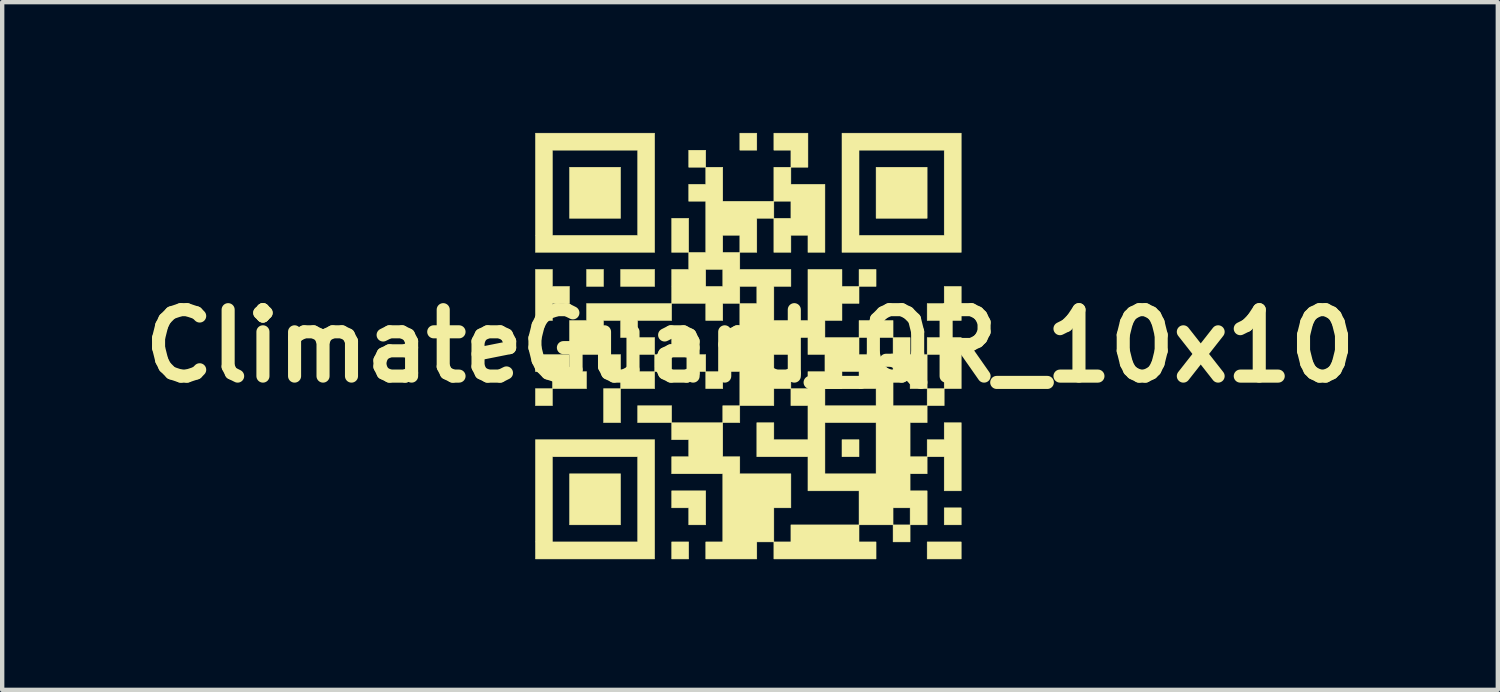
<source format=kicad_pcb>
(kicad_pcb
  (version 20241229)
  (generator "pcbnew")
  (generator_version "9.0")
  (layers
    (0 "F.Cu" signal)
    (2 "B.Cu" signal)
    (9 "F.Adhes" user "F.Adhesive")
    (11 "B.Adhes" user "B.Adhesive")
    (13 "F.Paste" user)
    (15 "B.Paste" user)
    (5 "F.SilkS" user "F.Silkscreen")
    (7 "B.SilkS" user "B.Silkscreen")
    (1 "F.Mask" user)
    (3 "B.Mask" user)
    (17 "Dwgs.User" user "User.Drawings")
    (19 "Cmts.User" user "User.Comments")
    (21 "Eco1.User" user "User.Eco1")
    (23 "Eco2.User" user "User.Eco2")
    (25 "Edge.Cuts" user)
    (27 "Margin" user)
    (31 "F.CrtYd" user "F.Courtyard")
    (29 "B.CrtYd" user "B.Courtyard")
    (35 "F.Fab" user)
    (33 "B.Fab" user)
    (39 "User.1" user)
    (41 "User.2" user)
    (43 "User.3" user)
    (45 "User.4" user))
  (footprint "ClimateGuard_QR_10x10"
    (layer "F.Cu")
    (at 14.159 4.89)
    (property "Reference" "ClimateGuard_QR_10x10" (at 0 0 0) (layer "F.SilkS") (effects (font (size 1.524 1.524) (thickness 0.3))))
    (attr through_hole)
    (fp_poly (pts (xy -4.533 1.368) (xy -4.924 1.368) (xy -4.924 0.977) (xy -4.533 0.977) (xy -4.533 1.368)) (stroke (width 0.01) (type solid)) (fill yes) (layer "F.SilkS"))
    (fp_poly (pts (xy -3.361 -1.368) (xy -3.751 -1.368) (xy -3.751 -1.758) (xy -3.361 -1.758) (xy -3.361 -1.368)) (stroke (width 0.01) (type solid)) (fill yes) (layer "F.SilkS"))
    (fp_poly (pts (xy -3.361 0.586) (xy -3.361 0.195) (xy -2.97 0.195) (xy -2.97 0.586) (xy -3.361 0.586)) (stroke (width 0.01) (type solid)) (fill yes) (layer "F.SilkS"))
    (fp_poly (pts (xy -2.97 -2.931) (xy -4.142 -2.931) (xy -4.142 -4.103) (xy -2.97 -4.103) (xy -2.97 -2.931)) (stroke (width 0.01) (type solid)) (fill yes) (layer "F.SilkS"))
    (fp_poly (pts (xy -2.97 0.586) (xy -2.188 0.586) (xy -2.188 0.977) (xy -2.97 0.977) (xy -2.97 0.586)) (stroke (width 0.01) (type solid)) (fill yes) (layer "F.SilkS"))
    (fp_poly (pts (xy -2.97 1.758) (xy -3.361 1.758) (xy -3.361 0.977) (xy -2.97 0.977) (xy -2.97 1.758)) (stroke (width 0.01) (type solid)) (fill yes) (layer "F.SilkS"))
    (fp_poly (pts (xy -2.97 4.103) (xy -4.142 4.103) (xy -4.142 2.931) (xy -2.97 2.931) (xy -2.97 4.103)) (stroke (width 0.01) (type solid)) (fill yes) (layer "F.SilkS"))
    (fp_poly (pts (xy -2.579 1.758) (xy -2.579 1.368) (xy -1.798 1.368) (xy -1.798 1.758) (xy -2.579 1.758)) (stroke (width 0.01) (type solid)) (fill yes) (layer "F.SilkS"))
    (fp_poly (pts (xy -2.188 -1.368) (xy -2.97 -1.368) (xy -2.97 -1.758) (xy -2.188 -1.758) (xy -2.188 -1.368)) (stroke (width 0.01) (type solid)) (fill yes) (layer "F.SilkS"))
    (fp_poly (pts (xy -2.188 0.195) (xy -2.579 0.195) (xy -2.579 -0.195) (xy -2.188 -0.195) (xy -2.188 0.195)) (stroke (width 0.01) (type solid)) (fill yes) (layer "F.SilkS"))
    (fp_poly (pts (xy -2.188 0.195) (xy -1.798 0.195) (xy -1.798 0.586) (xy -2.188 0.586) (xy -2.188 0.195)) (stroke (width 0.01) (type solid)) (fill yes) (layer "F.SilkS"))
    (fp_poly (pts (xy -1.798 -2.149) (xy -1.798 -2.931) (xy -1.407 -2.931) (xy -1.407 -2.149) (xy -1.798 -2.149)) (stroke (width 0.01) (type solid)) (fill yes) (layer "F.SilkS"))
    (fp_poly (pts (xy -1.798 -0.195) (xy -1.407 -0.195) (xy -1.407 0.195) (xy -1.798 0.195) (xy -1.798 -0.195)) (stroke (width 0.01) (type solid)) (fill yes) (layer "F.SilkS"))
    (fp_poly (pts (xy -1.407 -4.103) (xy -1.407 -4.494) (xy -1.016 -4.494) (xy -1.016 -4.103) (xy -1.407 -4.103)) (stroke (width 0.01) (type solid)) (fill yes) (layer "F.SilkS"))
    (fp_poly (pts (xy -1.407 0.586) (xy -1.407 0.195) (xy -1.016 0.195) (xy -1.016 0.586) (xy -1.407 0.586)) (stroke (width 0.01) (type solid)) (fill yes) (layer "F.SilkS"))
    (fp_poly (pts (xy -1.407 4.885) (xy -1.798 4.885) (xy -1.798 4.494) (xy -1.407 4.494) (xy -1.407 4.885)) (stroke (width 0.01) (type solid)) (fill yes) (layer "F.SilkS"))
    (fp_poly (pts (xy -0.625 0.586) (xy -0.625 0.977) (xy -1.016 0.977) (xy -1.016 0.586) (xy -0.625 0.586)) (stroke (width 0.01) (type solid)) (fill yes) (layer "F.SilkS"))
    (fp_poly (pts (xy 0.156 -4.494) (xy -0.234 -4.494) (xy -0.234 -4.885) (xy 0.156 -4.885) (xy 0.156 -4.494)) (stroke (width 0.01) (type solid)) (fill yes) (layer "F.SilkS"))
    (fp_poly (pts (xy 2.501 -1.758) (xy 2.892 -1.758) (xy 2.892 -1.368) (xy 2.501 -1.368) (xy 2.501 -1.758)) (stroke (width 0.01) (type solid)) (fill yes) (layer "F.SilkS"))
    (fp_poly (pts (xy 2.501 -0.586) (xy 3.282 -0.586) (xy 3.282 -0.195) (xy 2.501 -0.195) (xy 2.501 -0.586)) (stroke (width 0.01) (type solid)) (fill yes) (layer "F.SilkS"))
    (fp_poly (pts (xy 2.501 2.54) (xy 2.11 2.54) (xy 2.11 2.149) (xy 2.501 2.149) (xy 2.501 2.54)) (stroke (width 0.01) (type solid)) (fill yes) (layer "F.SilkS"))
    (fp_poly (pts (xy 4.064 -2.931) (xy 2.892 -2.931) (xy 2.892 -4.103) (xy 4.064 -4.103) (xy 4.064 -2.931)) (stroke (width 0.01) (type solid)) (fill yes) (layer "F.SilkS"))
    (fp_poly (pts (xy 4.455 1.368) (xy 4.064 1.368) (xy 4.064 0.977) (xy 4.455 0.977) (xy 4.455 1.368)) (stroke (width 0.01) (type solid)) (fill yes) (layer "F.SilkS"))
    (fp_poly (pts (xy 4.846 4.103) (xy 4.455 4.103) (xy 4.455 3.712) (xy 4.846 3.712) (xy 4.846 4.103)) (stroke (width 0.01) (type solid)) (fill yes) (layer "F.SilkS"))
    (fp_poly (pts (xy 4.846 4.885) (xy 4.064 4.885) (xy 4.064 4.494) (xy 4.846 4.494) (xy 4.846 4.885)) (stroke (width 0.01) (type solid)) (fill yes) (layer "F.SilkS"))
    (fp_poly (pts (xy -1.016 4.103) (xy -1.407 4.103) (xy -1.407 3.712) (xy -1.798 3.712) (xy -1.798 3.322) (xy -1.016 3.322) (xy -1.016 4.103)) (stroke (width 0.01) (type solid)) (fill yes) (layer "F.SilkS"))
    (fp_poly (pts (xy 0.938 -4.494) (xy 0.547 -4.494) (xy 0.547 -4.885) (xy 1.329 -4.885) (xy 1.329 -4.103) (xy 0.938 -4.103) (xy 0.938 -4.494)) (stroke (width 0.01) (type solid)) (fill yes) (layer "F.SilkS"))
    (fp_poly (pts (xy 4.064 -0.195) (xy 4.846 -0.195) (xy 4.846 0.977) (xy 4.455 0.977) (xy 4.455 0.195) (xy 4.064 0.195) (xy 4.064 -0.195)) (stroke (width 0.01) (type solid)) (fill yes) (layer "F.SilkS"))
    (fp_poly (pts (xy 4.846 -0.586) (xy 4.064 -0.586) (xy 4.064 -0.977) (xy 4.455 -0.977) (xy 4.455 -1.368) (xy 4.846 -1.368) (xy 4.846 -0.586)) (stroke (width 0.01) (type solid)) (fill yes) (layer "F.SilkS"))
    (fp_poly (pts (xy -4.533 -1.368) (xy -4.142 -1.368) (xy -4.142 -0.977) (xy -4.533 -0.977) (xy -4.533 -0.586) (xy -4.924 -0.586) (xy -4.924 -1.758) (xy -4.533 -1.758) (xy -4.533 -1.368)) (stroke (width 0.01) (type solid)) (fill yes) (layer "F.SilkS"))
    (fp_poly (pts (xy -4.533 0.586) (xy -4.924 0.586) (xy -4.924 0.195) (xy -4.142 0.195) (xy -4.142 0.586) (xy -3.751 0.586) (xy -3.751 0.977) (xy -4.533 0.977) (xy -4.533 0.586)) (stroke (width 0.01) (type solid)) (fill yes) (layer "F.SilkS"))
    (fp_poly (pts (xy 4.064 0.977) (xy 3.673 0.977) (xy 3.673 0.586) (xy 3.282 0.586) (xy 3.282 -0.195) (xy 3.673 -0.195) (xy 3.673 0.195) (xy 4.064 0.195) (xy 4.064 0.977)) (stroke (width 0.01) (type solid)) (fill yes) (layer "F.SilkS"))
    (fp_poly (pts (xy 4.064 2.149) (xy 4.455 2.149) (xy 4.455 1.758) (xy 4.846 1.758) (xy 4.846 3.322) (xy 4.455 3.322) (xy 4.455 2.54) (xy 4.064 2.54) (xy 4.064 2.149)) (stroke (width 0.01) (type solid)) (fill yes) (layer "F.SilkS"))
    (fp_poly (pts (xy -2.188 -2.149) (xy -4.924 -2.149) (xy -4.924 -4.494) (xy -4.533 -4.494) (xy -4.533 -2.54) (xy -2.579 -2.54) (xy -2.579 -4.494) (xy -4.533 -4.494) (xy -4.924 -4.494) (xy -4.924 -4.885) (xy -2.188 -4.885) (xy -2.188 -2.149)) (stroke (width 0.01) (type solid)) (fill yes) (layer "F.SilkS"))
    (fp_poly (pts (xy -2.188 4.885) (xy -4.924 4.885) (xy -4.924 2.54) (xy -4.533 2.54) (xy -4.533 4.494) (xy -2.579 4.494) (xy -2.579 2.54) (xy -4.533 2.54) (xy -4.924 2.54) (xy -4.924 2.149) (xy -2.188 2.149) (xy -2.188 4.885)) (stroke (width 0.01) (type solid)) (fill yes) (layer "F.SilkS"))
    (fp_poly (pts (xy 4.846 -2.149) (xy 2.11 -2.149) (xy 2.11 -4.494) (xy 2.501 -4.494) (xy 2.501 -2.54) (xy 4.455 -2.54) (xy 4.455 -4.494) (xy 2.501 -4.494) (xy 2.11 -4.494) (xy 2.11 -4.885) (xy 4.846 -4.885) (xy 4.846 -2.149)) (stroke (width 0.01) (type solid)) (fill yes) (layer "F.SilkS"))
    (fp_poly (pts (xy -4.142 -0.586) (xy -3.751 -0.586) (xy -3.751 -0.977) (xy -1.798 -0.977) (xy -1.798 -0.586) (xy -2.579 -0.586) (xy -2.579 -0.195) (xy -2.97 -0.195) (xy -2.97 -0.586) (xy -3.361 -0.586) (xy -3.361 0.195) (xy -4.142 0.195) (xy -4.142 -0.586)) (stroke (width 0.01) (type solid)) (fill yes) (layer "F.SilkS"))
    (fp_poly (pts (xy 2.501 -0.977) (xy 2.11 -0.977) (xy 2.11 -0.586) (xy 1.719 -0.586) (xy 1.719 -0.195) (xy 2.501 -0.195) (xy 2.501 0.195) (xy 2.892 0.195) (xy 2.892 0.586) (xy 3.282 0.586) (xy 3.282 1.368) (xy 4.064 1.368) (xy 4.064 1.758) (xy 3.673 1.758) (xy 3.673 2.54) (xy 4.064 2.54) (xy 4.064 2.931) (xy 3.673 2.931) (xy 3.673 3.322) (xy 4.064 3.322) (xy 4.064 4.103) (xy 3.673 4.103) (xy 3.673 4.494) (xy 3.282 4.494) (xy 3.282 4.103) (xy 2.501 4.103) (xy 2.501 4.494) (xy 2.892 4.494) (xy 2.892 4.885) (xy 0.547 4.885) (xy 0.547 4.494) (xy 0.156 4.494) (xy 0.156 4.885) (xy -1.016 4.885) (xy -1.016 4.494) (xy -0.625 4.494) (xy -0.625 2.931) (xy -1.798 2.931) (xy -1.798 2.54) (xy -1.407 2.54) (xy -1.407 2.149) (xy -1.798 2.149) (xy -1.798 1.758) (xy -0.625 1.758) (xy -0.625 2.54) (xy -0.234 2.54) (xy -0.234 2.931) (xy 0.938 2.931) (xy 0.938 3.712) (xy 0.547 3.712) (xy 0.547 4.494) (xy 0.938 4.494) (xy 0.938 4.103) (xy 2.501 4.103) (xy 2.501 3.712) (xy 3.282 3.712) (xy 3.282 4.103) (xy 3.673 4.103) (xy 3.673 3.712) (xy 3.282 3.712) (xy 2.501 3.712) (xy 2.501 3.322) (xy 1.329 3.322) (xy 1.329 2.54) (xy 0.156 2.54) (xy 0.156 1.758) (xy 0.547 1.758) (xy 0.547 2.149) (xy 1.329 2.149) (xy 1.329 1.758) (xy 1.719 1.758) (xy 1.719 2.931) (xy 2.892 2.931) (xy 2.892 1.758) (xy 1.719 1.758) (xy 1.329 1.758) (xy 1.329 1.368) (xy 0.938 1.368) (xy 0.938 0.977) (xy 0.547 0.977) (xy 0.547 1.368) (xy -0.234 1.368) (xy -0.234 1.758) (xy -0.625 1.758) (xy -0.625 1.368) (xy -0.234 1.368) (xy -0.234 0.586) (xy -0.625 0.586) (xy -0.625 0.195) (xy 0.547 0.195) (xy 0.547 0.586) (xy 0.938 0.586) (xy 0.938 0.977) (xy 1.329 0.977) (xy 1.719 0.977) (xy 1.719 1.368) (xy 2.892 1.368) (xy 2.892 0.977) (xy 2.501 0.977) (xy 2.501 0.586) (xy 2.11 0.586) (xy 2.11 0.977) (xy 1.719 0.977) (xy 1.329 0.977) (xy 1.329 0.586) (xy 1.719 0.586) (xy 1.719 0.195) (xy 1.329 0.195) (xy 1.329 -0.195) (xy 0.938 -0.195) (xy 0.938 0.195) (xy 0.547 0.195) (xy -0.625 0.195) (xy -0.625 -0.195) (xy -0.234 -0.195) (xy -0.234 -0.977) (xy -0.625 -0.977) (xy -0.625 -0.586) (xy -1.016 -0.586) (xy -1.016 -0.977) (xy -1.798 -0.977) (xy -1.798 -1.758) (xy -1.407 -1.758) (xy -1.016 -1.758) (xy -1.016 -1.368) (xy -0.625 -1.368) (xy -0.234 -1.368) (xy -0.234 -0.977) (xy 0.156 -0.977) (xy 0.156 -1.368) (xy -0.234 -1.368) (xy -0.625 -1.368) (xy -0.625 -1.758) (xy -1.016 -1.758) (xy -1.407 -1.758) (xy -1.407 -2.149) (xy -1.016 -2.149) (xy -1.016 -2.54) (xy -0.625 -2.54) (xy -0.625 -2.149) (xy -0.234 -2.149) (xy -0.234 -2.54) (xy -0.625 -2.54) (xy -1.016 -2.54) (xy -1.016 -3.322) (xy -1.407 -3.322) (xy -1.407 -3.712) (xy -1.016 -3.712) (xy -1.016 -4.103) (xy -0.625 -4.103) (xy -0.625 -3.322) (xy 0.547 -3.322) (xy 0.547 -2.931) (xy 0.938 -2.931) (xy 0.938 -3.322) (xy 0.547 -3.322) (xy 0.547 -4.103) (xy 0.938 -4.103) (xy 0.938 -3.712) (xy 1.719 -3.712) (xy 1.719 -2.149) (xy 1.329 -2.149) (xy 1.329 -2.54) (xy 0.938 -2.54) (xy 0.938 -2.149) (xy 0.547 -2.149) (xy 0.547 -2.931) (xy 0.156 -2.931) (xy 0.156 -2.149) (xy -0.234 -2.149) (xy -0.234 -1.758) (xy 0.938 -1.758) (xy 0.938 -1.368) (xy 0.547 -1.368) (xy 0.547 -0.586) (xy 1.329 -0.586) (xy 1.329 -1.758) (xy 2.11 -1.758) (xy 2.11 -1.368) (xy 2.501 -1.368) (xy 2.501 -0.977)) (stroke (width 0.01) (type solid)) (fill yes) (layer "F.SilkS")))
  (gr_rect
    (start -3 -3)
    (end 31.317 12.779)
    (stroke (width 0.1) (type default))
    (fill no)
    (layer "Edge.Cuts")))
</source>
